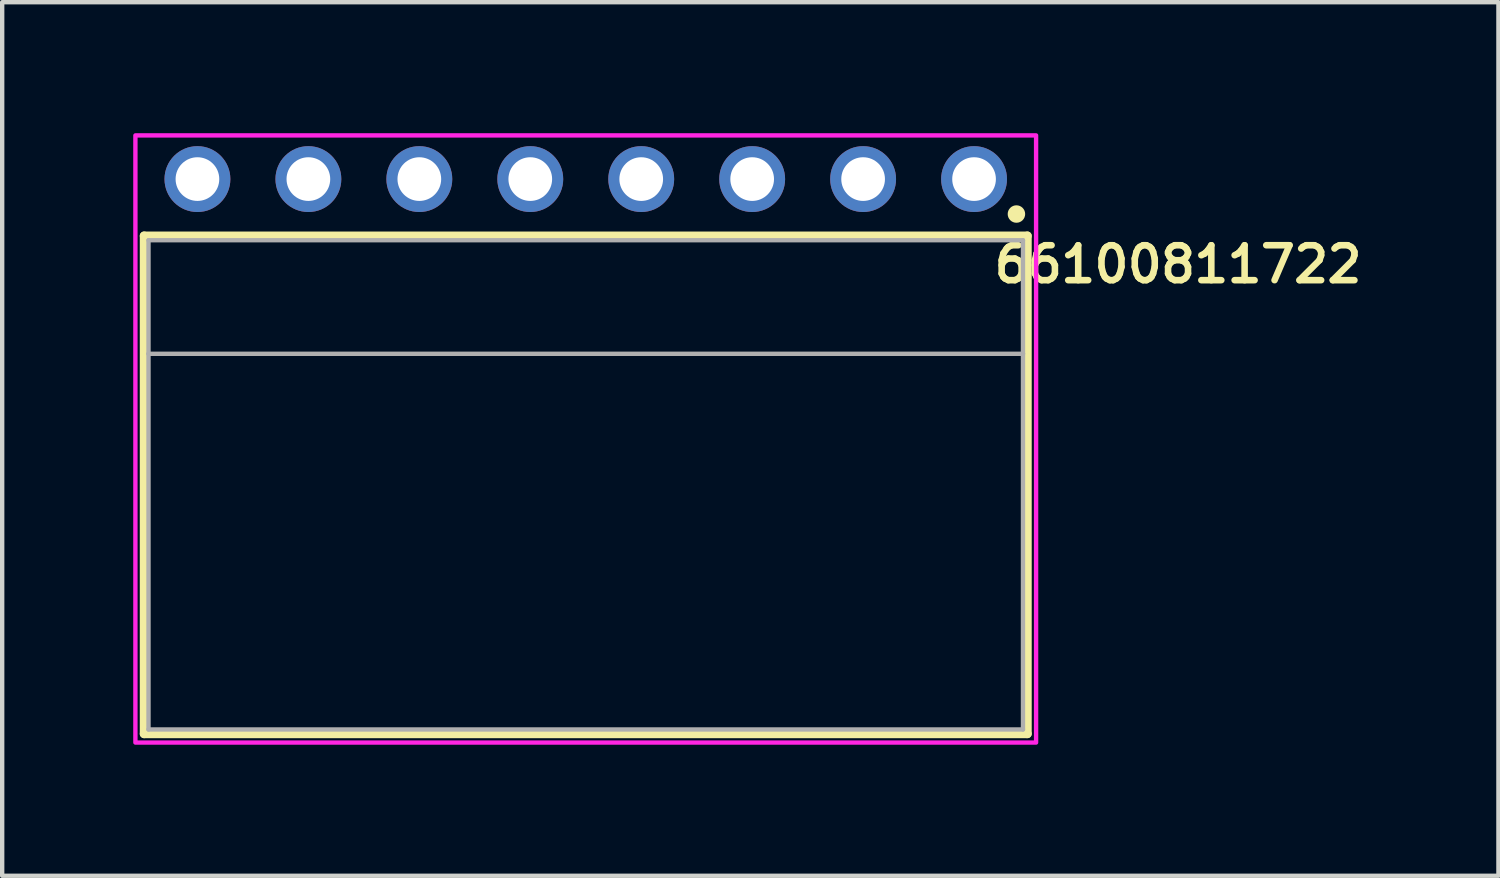
<source format=kicad_pcb>
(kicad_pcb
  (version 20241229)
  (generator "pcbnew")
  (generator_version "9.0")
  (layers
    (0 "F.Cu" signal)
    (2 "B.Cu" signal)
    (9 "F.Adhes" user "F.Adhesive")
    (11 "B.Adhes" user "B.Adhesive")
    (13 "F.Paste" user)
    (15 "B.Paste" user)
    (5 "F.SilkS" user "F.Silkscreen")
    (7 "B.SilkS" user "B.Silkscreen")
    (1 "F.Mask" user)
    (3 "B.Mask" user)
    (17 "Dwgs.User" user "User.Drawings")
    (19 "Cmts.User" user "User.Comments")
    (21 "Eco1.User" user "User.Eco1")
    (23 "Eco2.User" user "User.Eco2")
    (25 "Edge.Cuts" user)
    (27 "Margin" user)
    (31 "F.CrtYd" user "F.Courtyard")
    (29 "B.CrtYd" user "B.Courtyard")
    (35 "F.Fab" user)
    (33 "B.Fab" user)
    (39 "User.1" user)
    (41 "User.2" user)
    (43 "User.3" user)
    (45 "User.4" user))
  (footprint "66100811722"
    (layer "F.Cu")
    (at 10.36 3.75)
    (property "Reference" "66100811722" (at 13.56 -0.748 0) (layer "F.SilkS") (effects (font (size 0.8 0.8) (thickness 0.15))))
    (attr through_hole)
    (fp_line (start -10.11 -1.4) (end 10.11 -1.4) (stroke (width 0.2) (type solid)) (layer "F.SilkS"))
    (fp_line (start -10.11 10) (end -10.11 -1.4) (stroke (width 0.2) (type solid)) (layer "F.SilkS"))
    (fp_line (start 10.11 -1.4) (end 10.11 10) (stroke (width 0.2) (type solid)) (layer "F.SilkS"))
    (fp_line (start 10.11 10) (end -10.11 10) (stroke (width 0.2) (type solid)) (layer "F.SilkS"))
    (fp_circle (center 9.86 -1.9) (end 9.96 -1.9) (stroke (width 0.2) (type solid)) (fill no) (layer "F.SilkS"))
    (fp_poly (pts (xy -10.31 -3.7) (xy 10.31 -3.7) (xy 10.31 10.2) (xy -10.31 10.2)) (stroke (width 0.1) (type solid)) (fill no) (layer "F.CrtYd"))
    (fp_line (start -10.01 -1.3) (end -10.01 1.3) (stroke (width 0.1) (type solid)) (layer "F.Fab"))
    (fp_line (start -10.01 -1.3) (end 10.01 -1.3) (stroke (width 0.1) (type solid)) (layer "F.Fab"))
    (fp_line (start -10.01 1.3) (end -10.01 9.9) (stroke (width 0.1) (type solid)) (layer "F.Fab"))
    (fp_line (start -10.01 1.3) (end 10.01 1.3) (stroke (width 0.1) (type solid)) (layer "F.Fab"))
    (fp_line (start -10.01 9.9) (end 10.01 9.9) (stroke (width 0.1) (type solid)) (layer "F.Fab"))
    (fp_line (start 10.01 -1.3) (end 10.01 1.3) (stroke (width 0.1) (type solid)) (layer "F.Fab"))
    (fp_line (start 10.01 1.3) (end 10.01 9.9) (stroke (width 0.1) (type solid)) (layer "F.Fab"))
    (pad "1" thru_hole circle (at 8.89 -2.7) (size 1.508 1.508) (drill 1) (layers "*.Cu" "*.Mask"))
    (pad "2" thru_hole circle (at 6.35 -2.7) (size 1.508 1.508) (drill 1) (layers "*.Cu" "*.Mask"))
    (pad "3" thru_hole circle (at 3.81 -2.7) (size 1.508 1.508) (drill 1) (layers "*.Cu" "*.Mask"))
    (pad "4" thru_hole circle (at 1.27 -2.7) (size 1.508 1.508) (drill 1) (layers "*.Cu" "*.Mask"))
    (pad "5" thru_hole circle (at -1.27 -2.7) (size 1.508 1.508) (drill 1) (layers "*.Cu" "*.Mask"))
    (pad "6" thru_hole circle (at -3.81 -2.7) (size 1.508 1.508) (drill 1) (layers "*.Cu" "*.Mask"))
    (pad "7" thru_hole circle (at -6.35 -2.7) (size 1.508 1.508) (drill 1) (layers "*.Cu" "*.Mask"))
    (pad "8" thru_hole circle (at -8.89 -2.7) (size 1.508 1.508) (drill 1) (layers "*.Cu" "*.Mask")))
  (gr_rect
    (start -3 -3)
    (end 31.255 17)
    (stroke (width 0.1) (type default))
    (fill no)
    (layer "Edge.Cuts")))
</source>
